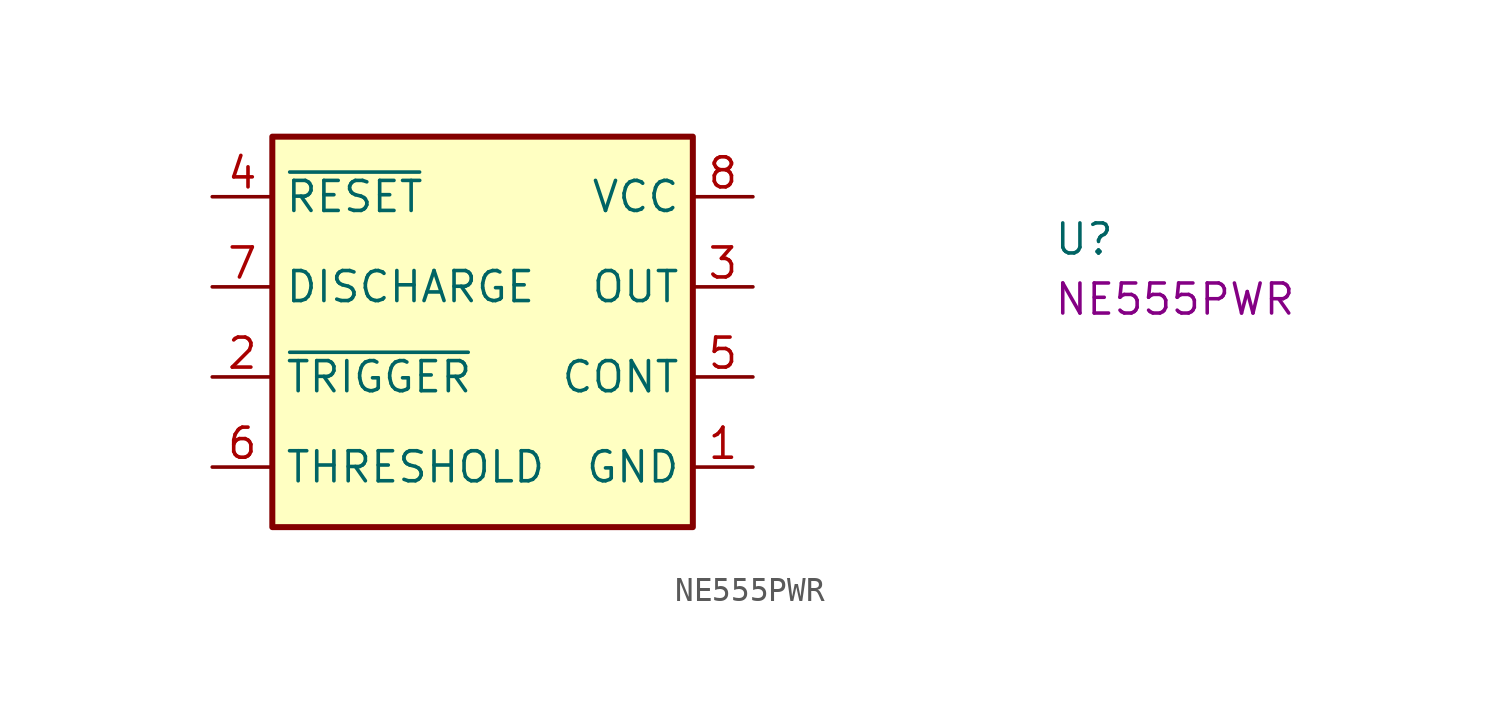
<source format=kicad_sym>
(kicad_symbol_lib
  (version 20220914)
  (generator kicad_symbol_editor)
  (symbol "NE555PWR"
    (property "Reference" "U"
      (at 35.56 -2.54 0)
      (effects (font (size 1.27 1.27) (thickness 0.15)) (justify left bottom)))
    (property "MPN" "NE555PWR"
      (at 35.56 -5.08 0)
      (effects (font (size 1.27 1.27) (thickness 0.15)) (justify left bottom)))
    (symbol "NE555PWR_1_1"
      (rectangle (start 2.54 2.54) (end 20.32 -13.97) (stroke (width 0.254) (type default)) (fill (type background)))
      (pin power_in line (at 22.86 -11.43 180) (length 2.54) (name "GND" (effects (font (size 1.27 1.27)))) (number "1" (effects (font (size 1.27 1.27)))))
      (pin input line (at 0 -7.62 0) (length 2.54) (name "~{TRIGGER}" (effects (font (size 1.27 1.27)))) (number "2" (effects (font (size 1.27 1.27)))))
      (pin output line (at 22.86 -3.81 180) (length 2.54) (name "OUT" (effects (font (size 1.27 1.27)))) (number "3" (effects (font (size 1.27 1.27)))))
      (pin input line (at 0 0 0) (length 2.54) (name "~{RESET}" (effects (font (size 1.27 1.27)))) (number "4" (effects (font (size 1.27 1.27)))))
      (pin input line (at 22.86 -7.62 180) (length 2.54) (name "CONT" (effects (font (size 1.27 1.27)))) (number "5" (effects (font (size 1.27 1.27)))))
      (pin input line (at 0 -11.43 0) (length 2.54) (name "THRESHOLD" (effects (font (size 1.27 1.27)))) (number "6" (effects (font (size 1.27 1.27)))))
      (pin output line (at 0 -3.81 0) (length 2.54) (name "DISCHARGE" (effects (font (size 1.27 1.27)))) (number "7" (effects (font (size 1.27 1.27)))))
      (pin power_in line (at 22.86 0 180) (length 2.54) (name "VCC" (effects (font (size 1.27 1.27)))) (number "8" (effects (font (size 1.27 1.27))))))))
</source>
